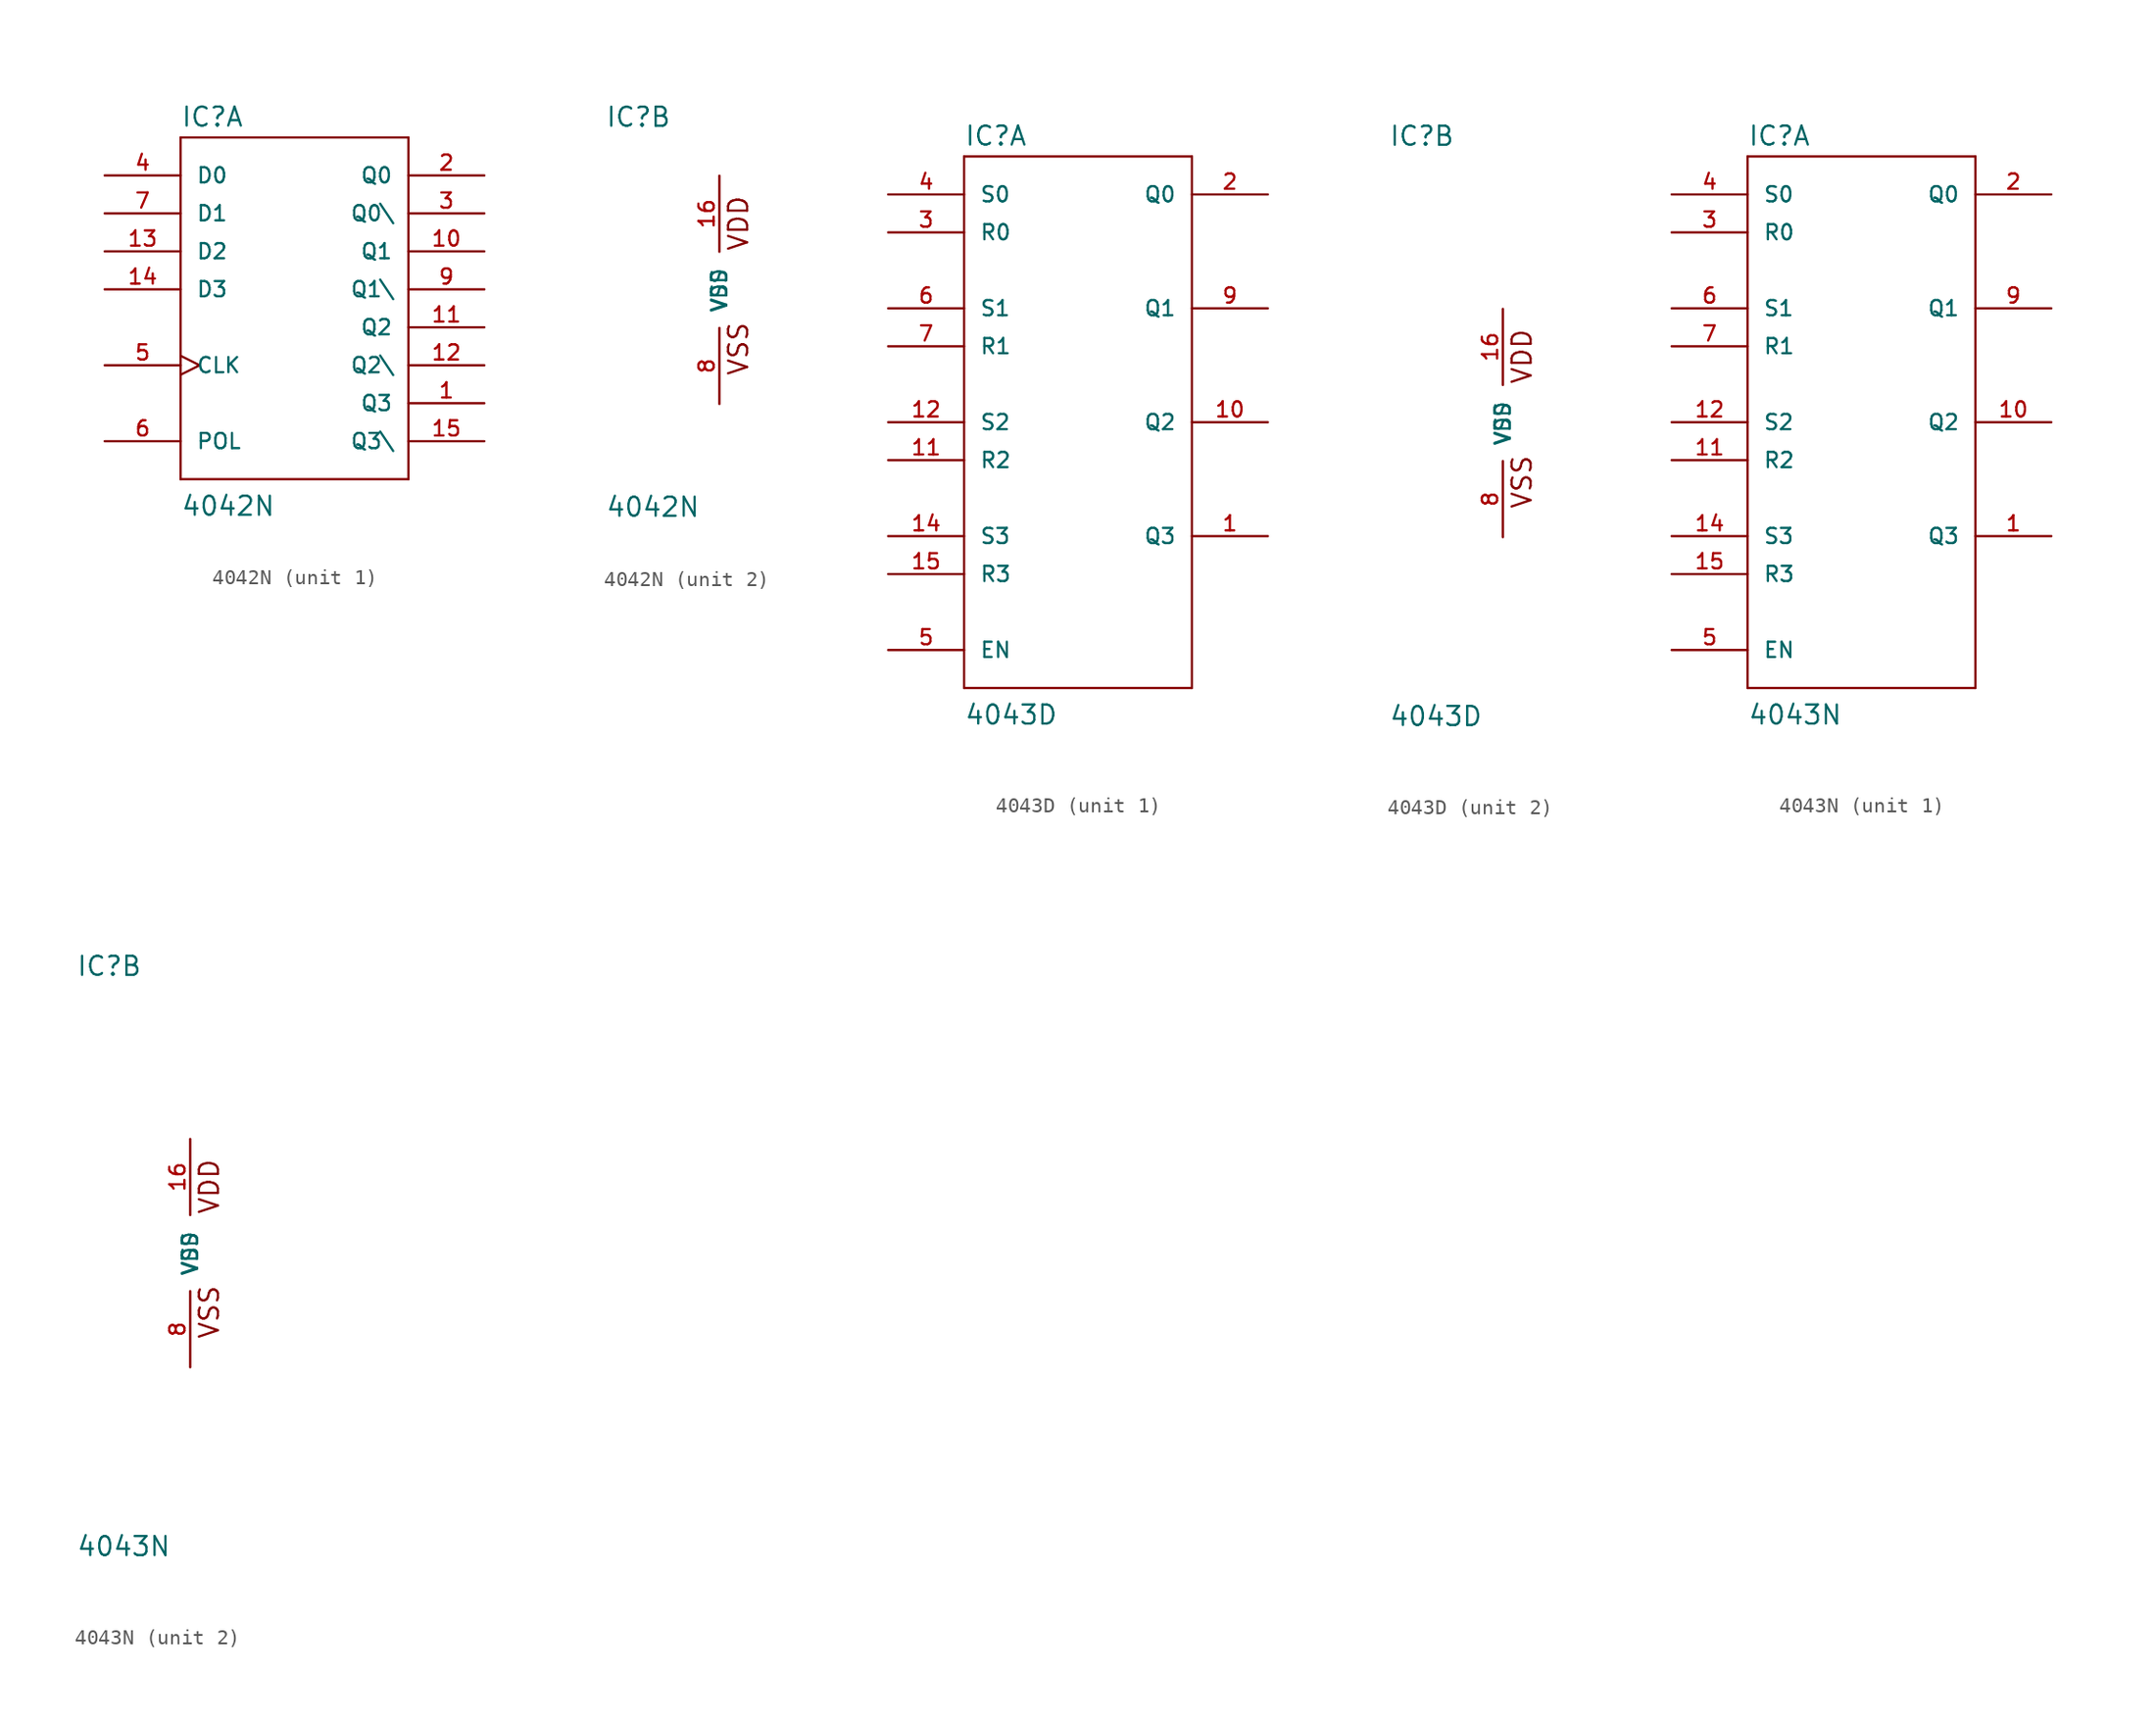
<source format=kicad_sym>
(kicad_symbol_lib
  (version 20211014)
  (generator kicad_symbol_editor)
  (symbol "4042N"
    (pin_names
      (offset 1.016))
    (property "Reference" "IC"
      (at -7.62 10.795 0)
      (effects (font (size 1.27 1.27)) (justify left bottom)))
    (property "Value" "4042N"
      (at -7.62 -15.24 0)
      (effects (font (size 1.27 1.27)) (justify left bottom)))
    (property "ki_locked" ""
      (at 0 0 0)
      (effects (font (size 1.27 1.27))))
    (symbol "4042N_1_0"
      (polyline (pts (xy -7.62 -12.7) (xy 7.62 -12.7)) (stroke (width 0) (type default) (color 0 0 0 0)) (fill (type none)))
      (polyline (pts (xy -7.62 10.16) (xy -7.62 -12.7)) (stroke (width 0) (type default) (color 0 0 0 0)) (fill (type none)))
      (polyline (pts (xy 7.62 -12.7) (xy 7.62 10.16)) (stroke (width 0) (type default) (color 0 0 0 0)) (fill (type none)))
      (polyline (pts (xy 7.62 10.16) (xy -7.62 10.16)) (stroke (width 0) (type default) (color 0 0 0 0)) (fill (type none))))
    (symbol "4042N_1_1"
      (pin output line (at 12.7 -7.62 180) (length 5.08) (name "Q3" (effects (font (size 1.016 1.016)))) (number "1" (effects (font (size 1.016 1.016)))))
      (pin output line (at 12.7 2.54 180) (length 5.08) (name "Q1" (effects (font (size 1.016 1.016)))) (number "10" (effects (font (size 1.016 1.016)))))
      (pin output line (at 12.7 -2.54 180) (length 5.08) (name "Q2" (effects (font (size 1.016 1.016)))) (number "11" (effects (font (size 1.016 1.016)))))
      (pin output line (at 12.7 -5.08 180) (length 5.08) (name "Q2\\" (effects (font (size 1.016 1.016)))) (number "12" (effects (font (size 1.016 1.016)))))
      (pin input line (at -12.7 2.54 0) (length 5.08) (name "D2" (effects (font (size 1.016 1.016)))) (number "13" (effects (font (size 1.016 1.016)))))
      (pin input line (at -12.7 0 0) (length 5.08) (name "D3" (effects (font (size 1.016 1.016)))) (number "14" (effects (font (size 1.016 1.016)))))
      (pin output line (at 12.7 -10.16 180) (length 5.08) (name "Q3\\" (effects (font (size 1.016 1.016)))) (number "15" (effects (font (size 1.016 1.016)))))
      (pin output line (at 12.7 7.62 180) (length 5.08) (name "Q0" (effects (font (size 1.016 1.016)))) (number "2" (effects (font (size 1.016 1.016)))))
      (pin output line (at 12.7 5.08 180) (length 5.08) (name "Q0\\" (effects (font (size 1.016 1.016)))) (number "3" (effects (font (size 1.016 1.016)))))
      (pin input line (at -12.7 7.62 0) (length 5.08) (name "D0" (effects (font (size 1.016 1.016)))) (number "4" (effects (font (size 1.016 1.016)))))
      (pin input clock (at -12.7 -5.08 0) (length 5.08) (name "CLK" (effects (font (size 1.016 1.016)))) (number "5" (effects (font (size 1.016 1.016)))))
      (pin input line (at -12.7 -10.16 0) (length 5.08) (name "POL" (effects (font (size 1.016 1.016)))) (number "6" (effects (font (size 1.016 1.016)))))
      (pin input line (at -12.7 5.08 0) (length 5.08) (name "D1" (effects (font (size 1.016 1.016)))) (number "7" (effects (font (size 1.016 1.016)))))
      (pin output line (at 12.7 0 180) (length 5.08) (name "Q1\\" (effects (font (size 1.016 1.016)))) (number "9" (effects (font (size 1.016 1.016))))))
    (symbol "4042N_2_0"
      (text "VDD" (at 1.27 4.445 1) (effects (font (size 1.27 1.27))))
      (text "VSS" (at 1.27 -3.937 1) (effects (font (size 1.27 1.27)))))
    (symbol "4042N_2_1"
      (pin power_in line (at 0 7.62 270) (length 5.08) (name "VDD" (effects (font (size 1.016 1.016)))) (number "16" (effects (font (size 1.016 1.016)))))
      (pin power_in line (at 0 -7.62 90) (length 5.08) (name "VSS" (effects (font (size 1.016 1.016)))) (number "8" (effects (font (size 1.016 1.016)))))))
  (symbol "4043D"
    (pin_names
      (offset 1.016))
    (property "Reference" "IC"
      (at -7.62 18.415 0)
      (effects (font (size 1.27 1.27)) (justify left bottom)))
    (property "Value" "4043D"
      (at -7.62 -20.32 0)
      (effects (font (size 1.27 1.27)) (justify left bottom)))
    (property "ki_locked" ""
      (at 0 0 0)
      (effects (font (size 1.27 1.27))))
    (symbol "4043D_1_0"
      (polyline (pts (xy -7.62 -17.78) (xy 7.62 -17.78)) (stroke (width 0) (type default) (color 0 0 0 0)) (fill (type none)))
      (polyline (pts (xy -7.62 17.78) (xy -7.62 -17.78)) (stroke (width 0) (type default) (color 0 0 0 0)) (fill (type none)))
      (polyline (pts (xy 7.62 -17.78) (xy 7.62 17.78)) (stroke (width 0) (type default) (color 0 0 0 0)) (fill (type none)))
      (polyline (pts (xy 7.62 17.78) (xy -7.62 17.78)) (stroke (width 0) (type default) (color 0 0 0 0)) (fill (type none))))
    (symbol "4043D_1_1"
      (pin output line (at 12.7 -7.62 180) (length 5.08) (name "Q3" (effects (font (size 1.016 1.016)))) (number "1" (effects (font (size 1.016 1.016)))))
      (pin output line (at 12.7 0 180) (length 5.08) (name "Q2" (effects (font (size 1.016 1.016)))) (number "10" (effects (font (size 1.016 1.016)))))
      (pin input line (at -12.7 -2.54 0) (length 5.08) (name "R2" (effects (font (size 1.016 1.016)))) (number "11" (effects (font (size 1.016 1.016)))))
      (pin input line (at -12.7 0 0) (length 5.08) (name "S2" (effects (font (size 1.016 1.016)))) (number "12" (effects (font (size 1.016 1.016)))))
      (pin input line (at -12.7 -7.62 0) (length 5.08) (name "S3" (effects (font (size 1.016 1.016)))) (number "14" (effects (font (size 1.016 1.016)))))
      (pin input line (at -12.7 -10.16 0) (length 5.08) (name "R3" (effects (font (size 1.016 1.016)))) (number "15" (effects (font (size 1.016 1.016)))))
      (pin output line (at 12.7 15.24 180) (length 5.08) (name "Q0" (effects (font (size 1.016 1.016)))) (number "2" (effects (font (size 1.016 1.016)))))
      (pin input line (at -12.7 12.7 0) (length 5.08) (name "R0" (effects (font (size 1.016 1.016)))) (number "3" (effects (font (size 1.016 1.016)))))
      (pin input line (at -12.7 15.24 0) (length 5.08) (name "S0" (effects (font (size 1.016 1.016)))) (number "4" (effects (font (size 1.016 1.016)))))
      (pin input line (at -12.7 -15.24 0) (length 5.08) (name "EN" (effects (font (size 1.016 1.016)))) (number "5" (effects (font (size 1.016 1.016)))))
      (pin input line (at -12.7 7.62 0) (length 5.08) (name "S1" (effects (font (size 1.016 1.016)))) (number "6" (effects (font (size 1.016 1.016)))))
      (pin input line (at -12.7 5.08 0) (length 5.08) (name "R1" (effects (font (size 1.016 1.016)))) (number "7" (effects (font (size 1.016 1.016)))))
      (pin output line (at 12.7 7.62 180) (length 5.08) (name "Q1" (effects (font (size 1.016 1.016)))) (number "9" (effects (font (size 1.016 1.016))))))
    (symbol "4043D_2_0"
      (text "VDD" (at 1.27 4.445 1) (effects (font (size 1.27 1.27))))
      (text "VSS" (at 1.27 -3.937 1) (effects (font (size 1.27 1.27)))))
    (symbol "4043D_2_1"
      (pin power_in line (at 0 7.62 270) (length 5.08) (name "VDD" (effects (font (size 1.016 1.016)))) (number "16" (effects (font (size 1.016 1.016)))))
      (pin power_in line (at 0 -7.62 90) (length 5.08) (name "VSS" (effects (font (size 1.016 1.016)))) (number "8" (effects (font (size 1.016 1.016)))))))
  (symbol "4043N"
    (pin_names
      (offset 1.016))
    (property "Reference" "IC"
      (at -7.62 18.415 0)
      (effects (font (size 1.27 1.27)) (justify left bottom)))
    (property "Value" "4043N"
      (at -7.62 -20.32 0)
      (effects (font (size 1.27 1.27)) (justify left bottom)))
    (property "ki_locked" ""
      (at 0 0 0)
      (effects (font (size 1.27 1.27))))
    (symbol "4043N_1_0"
      (polyline (pts (xy -7.62 -17.78) (xy 7.62 -17.78)) (stroke (width 0) (type default) (color 0 0 0 0)) (fill (type none)))
      (polyline (pts (xy -7.62 17.78) (xy -7.62 -17.78)) (stroke (width 0) (type default) (color 0 0 0 0)) (fill (type none)))
      (polyline (pts (xy 7.62 -17.78) (xy 7.62 17.78)) (stroke (width 0) (type default) (color 0 0 0 0)) (fill (type none)))
      (polyline (pts (xy 7.62 17.78) (xy -7.62 17.78)) (stroke (width 0) (type default) (color 0 0 0 0)) (fill (type none))))
    (symbol "4043N_1_1"
      (pin output line (at 12.7 -7.62 180) (length 5.08) (name "Q3" (effects (font (size 1.016 1.016)))) (number "1" (effects (font (size 1.016 1.016)))))
      (pin output line (at 12.7 0 180) (length 5.08) (name "Q2" (effects (font (size 1.016 1.016)))) (number "10" (effects (font (size 1.016 1.016)))))
      (pin input line (at -12.7 -2.54 0) (length 5.08) (name "R2" (effects (font (size 1.016 1.016)))) (number "11" (effects (font (size 1.016 1.016)))))
      (pin input line (at -12.7 0 0) (length 5.08) (name "S2" (effects (font (size 1.016 1.016)))) (number "12" (effects (font (size 1.016 1.016)))))
      (pin input line (at -12.7 -7.62 0) (length 5.08) (name "S3" (effects (font (size 1.016 1.016)))) (number "14" (effects (font (size 1.016 1.016)))))
      (pin input line (at -12.7 -10.16 0) (length 5.08) (name "R3" (effects (font (size 1.016 1.016)))) (number "15" (effects (font (size 1.016 1.016)))))
      (pin output line (at 12.7 15.24 180) (length 5.08) (name "Q0" (effects (font (size 1.016 1.016)))) (number "2" (effects (font (size 1.016 1.016)))))
      (pin input line (at -12.7 12.7 0) (length 5.08) (name "R0" (effects (font (size 1.016 1.016)))) (number "3" (effects (font (size 1.016 1.016)))))
      (pin input line (at -12.7 15.24 0) (length 5.08) (name "S0" (effects (font (size 1.016 1.016)))) (number "4" (effects (font (size 1.016 1.016)))))
      (pin input line (at -12.7 -15.24 0) (length 5.08) (name "EN" (effects (font (size 1.016 1.016)))) (number "5" (effects (font (size 1.016 1.016)))))
      (pin input line (at -12.7 7.62 0) (length 5.08) (name "S1" (effects (font (size 1.016 1.016)))) (number "6" (effects (font (size 1.016 1.016)))))
      (pin input line (at -12.7 5.08 0) (length 5.08) (name "R1" (effects (font (size 1.016 1.016)))) (number "7" (effects (font (size 1.016 1.016)))))
      (pin output line (at 12.7 7.62 180) (length 5.08) (name "Q1" (effects (font (size 1.016 1.016)))) (number "9" (effects (font (size 1.016 1.016))))))
    (symbol "4043N_2_0"
      (text "VDD" (at 1.27 4.445 1) (effects (font (size 1.27 1.27))))
      (text "VSS" (at 1.27 -3.937 1) (effects (font (size 1.27 1.27)))))
    (symbol "4043N_2_1"
      (pin power_in line (at 0 7.62 270) (length 5.08) (name "VDD" (effects (font (size 1.016 1.016)))) (number "16" (effects (font (size 1.016 1.016)))))
      (pin power_in line (at 0 -7.62 90) (length 5.08) (name "VSS" (effects (font (size 1.016 1.016)))) (number "8" (effects (font (size 1.016 1.016))))))))
</source>
